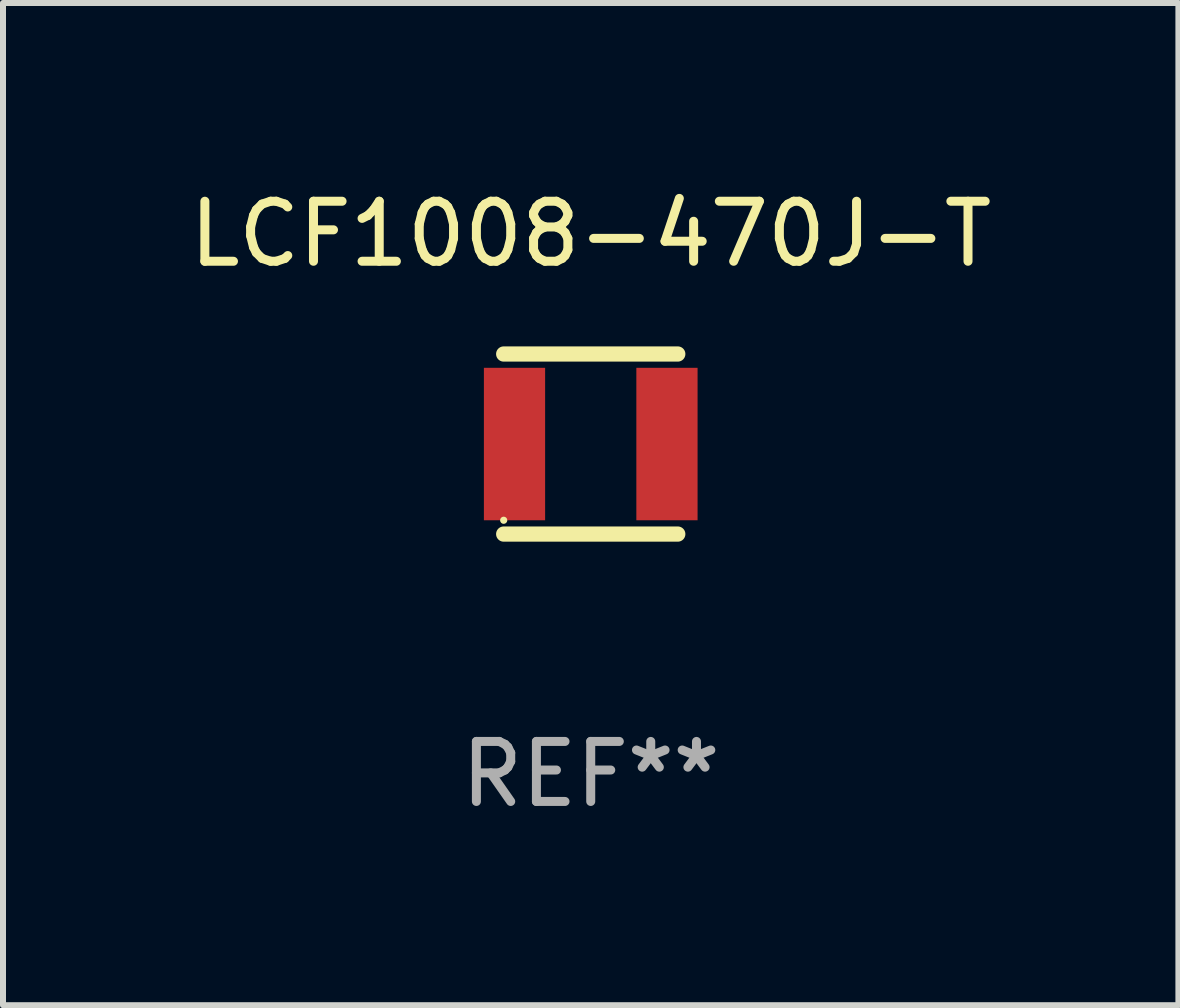
<source format=kicad_pcb>
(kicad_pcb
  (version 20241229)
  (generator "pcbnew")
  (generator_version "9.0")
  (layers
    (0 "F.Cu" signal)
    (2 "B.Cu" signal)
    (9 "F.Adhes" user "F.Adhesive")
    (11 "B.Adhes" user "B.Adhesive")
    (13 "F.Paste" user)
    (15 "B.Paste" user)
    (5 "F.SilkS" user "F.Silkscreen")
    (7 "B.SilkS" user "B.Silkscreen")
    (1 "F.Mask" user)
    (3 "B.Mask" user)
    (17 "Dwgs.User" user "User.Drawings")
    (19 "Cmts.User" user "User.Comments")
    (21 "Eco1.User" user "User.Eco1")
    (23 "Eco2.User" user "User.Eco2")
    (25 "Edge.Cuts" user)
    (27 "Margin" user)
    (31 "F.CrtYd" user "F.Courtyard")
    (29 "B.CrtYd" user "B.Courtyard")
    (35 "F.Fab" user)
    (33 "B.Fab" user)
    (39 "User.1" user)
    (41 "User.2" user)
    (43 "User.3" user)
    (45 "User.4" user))
  (footprint "LCF1008-470J-T"
    (layer "F.Cu")
    (at 6.792 4.348)
    (property "Reference" "LCF1008-470J-T" (at 0 -3.5 0) (layer "F.SilkS") (effects (font (size 1 1) (thickness 0.15))))
    (attr through_hole)
    (fp_line (start -1.45 -1.5) (end 1.45 -1.5) (stroke (width 0.254) (type solid)) (layer "F.SilkS"))
    (fp_line (start -1.45 1.5) (end 1.45 1.5) (stroke (width 0.254) (type solid)) (layer "F.SilkS"))
    (fp_circle (center -1.45 1.27) (end -1.42 1.27) (stroke (width 0.06) (type solid)) (fill no) (layer "F.SilkS"))
    (fp_text user "REF**" (at 0 5.5 0) (layer "F.Fab") (effects (font (size 1 1) (thickness 0.15))))
    (pad "1" smd rect (at -1.27 0 90) (size 2.54 1.02) (layers "F.Cu" "F.Mask" "F.Paste"))
    (pad "2" smd rect (at 1.27 0 90) (size 2.54 1.02) (layers "F.Cu" "F.Mask" "F.Paste")))
  (gr_rect
    (start -3 -3)
    (end 16.583 13.697)
    (stroke (width 0.1) (type default))
    (fill no)
    (layer "Edge.Cuts")))
</source>
